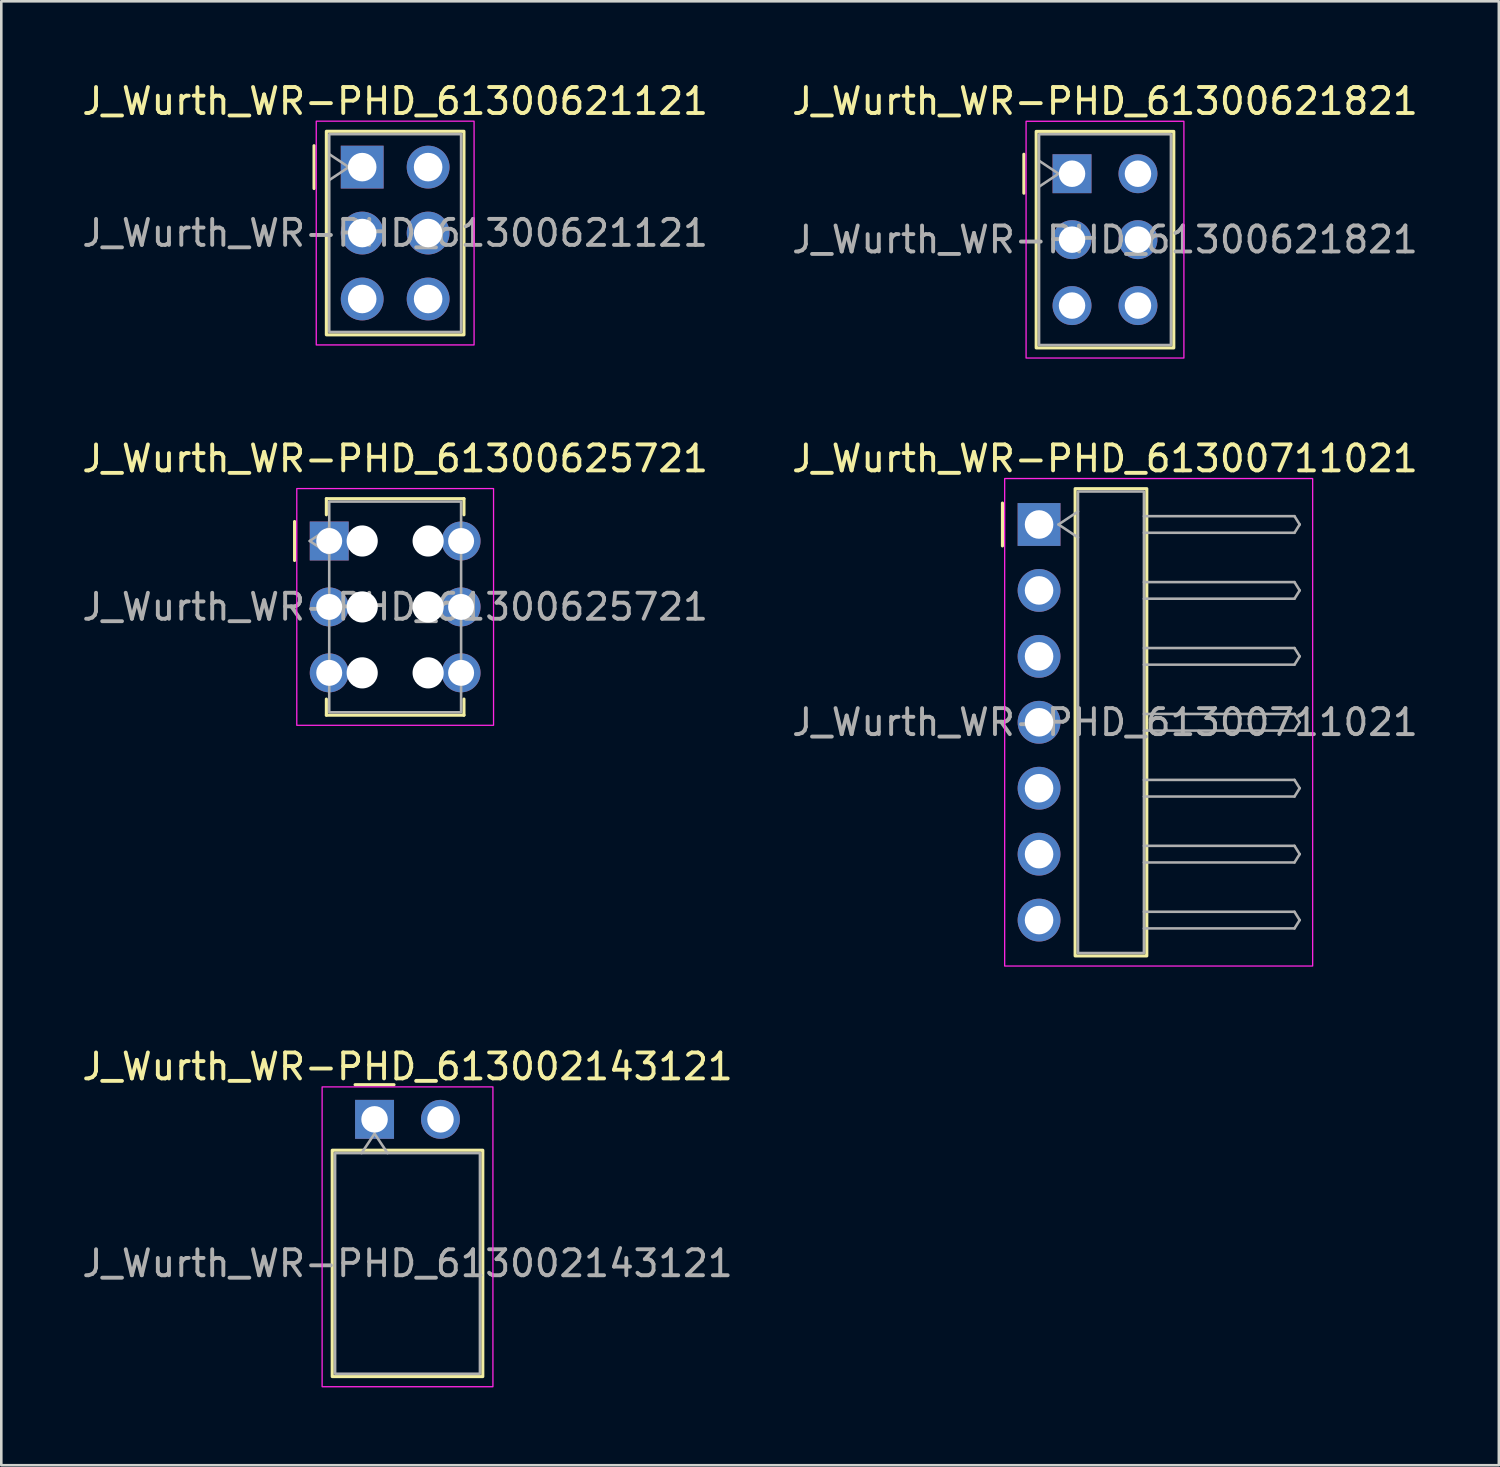
<source format=kicad_pcb>
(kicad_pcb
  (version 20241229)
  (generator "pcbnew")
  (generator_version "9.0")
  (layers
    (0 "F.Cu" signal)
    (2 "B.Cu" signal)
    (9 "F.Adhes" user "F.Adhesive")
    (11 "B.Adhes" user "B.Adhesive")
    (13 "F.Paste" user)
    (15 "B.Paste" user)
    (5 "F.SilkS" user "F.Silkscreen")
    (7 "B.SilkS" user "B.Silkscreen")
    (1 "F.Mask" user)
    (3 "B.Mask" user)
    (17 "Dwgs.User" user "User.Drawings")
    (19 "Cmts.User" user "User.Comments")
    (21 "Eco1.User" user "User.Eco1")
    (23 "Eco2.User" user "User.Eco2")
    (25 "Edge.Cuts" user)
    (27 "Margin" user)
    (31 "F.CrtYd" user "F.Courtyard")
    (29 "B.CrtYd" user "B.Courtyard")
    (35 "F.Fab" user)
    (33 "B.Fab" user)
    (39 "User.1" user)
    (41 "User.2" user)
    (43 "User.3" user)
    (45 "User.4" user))
  (footprint "J_Wurth_WR-PHD_61300621821"
    (layer "F.Cu")
    (at 38.248 3.642)
    (property "Reference" "J_Wurth_WR-PHD_61300621821" (at 1.27 -2.794 0) (unlocked yes) (layer "F.SilkS") (effects (font (size 1 1) (thickness 0.15))))
    (attr through_hole)
    (fp_line (start -1.855 -0.75) (end -1.855 0.75) (stroke (width 0.12) (type solid)) (layer "F.SilkS"))
    (fp_rect (start -1.38 -1.63) (end 3.92 6.71) (stroke (width 0.12) (type solid)) (fill no) (layer "F.SilkS"))
    (fp_rect (start -1.77 -2.02) (end 4.31 7.1) (stroke (width 0.05) (type solid)) (fill no) (layer "F.CrtYd"))
    (fp_line (start -1.27 -0.5) (end -0.52 0) (stroke (width 0.1) (type solid)) (layer "F.Fab"))
    (fp_line (start -0.52 0) (end -1.27 0.5) (stroke (width 0.1) (type solid)) (layer "F.Fab"))
    (fp_rect (start -1.27 -1.52) (end 3.81 6.6) (stroke (width 0.1) (type solid)) (fill no) (layer "F.Fab"))
    (fp_text user "${REFERENCE}" (at 1.27 2.54 0) (unlocked yes) (layer "F.Fab") (effects (font (size 1 1) (thickness 0.15))))
    (pad "1" thru_hole rect (at 0 0) (size 1.5 1.5) (drill 1.02) (layers "*.Cu" "*.Mask"))
    (pad "2" thru_hole circle (at 2.54 0) (size 1.5 1.5) (drill 1.02) (layers "*.Cu" "*.Mask"))
    (pad "3" thru_hole circle (at 0 2.54) (size 1.5 1.5) (drill 1.02) (layers "*.Cu" "*.Mask"))
    (pad "4" thru_hole circle (at 2.54 2.54) (size 1.5 1.5) (drill 1.02) (layers "*.Cu" "*.Mask"))
    (pad "5" thru_hole circle (at 0 5.08) (size 1.5 1.5) (drill 1.02) (layers "*.Cu" "*.Mask"))
    (pad "6" thru_hole circle (at 2.54 5.08) (size 1.5 1.5) (drill 1.02) (layers "*.Cu" "*.Mask")))
  (footprint "J_Wurth_WR-PHD_61300625721"
    (layer "F.Cu")
    (at 9.633 17.791)
    (property "Reference" "J_Wurth_WR-PHD_61300625721" (at 2.54 -3.175 0) (unlocked yes) (layer "F.SilkS") (effects (font (size 1 1) (thickness 0.15))))
    (attr through_hole)
    (fp_line (start -1.335 -0.75) (end -1.335 0.75) (stroke (width 0.12) (type solid)) (layer "F.SilkS"))
    (fp_line (start -0.11 -1.63) (end -0.11 -1.01) (stroke (width 0.12) (type solid)) (layer "F.SilkS"))
    (fp_line (start -0.11 6.71) (end -0.11 6.09) (stroke (width 0.12) (type solid)) (layer "F.SilkS"))
    (fp_line (start 5.19 -1.63) (end -0.11 -1.63) (stroke (width 0.12) (type solid)) (layer "F.SilkS"))
    (fp_line (start 5.19 -1.63) (end 5.19 -1.01) (stroke (width 0.12) (type solid)) (layer "F.SilkS"))
    (fp_line (start 5.19 6.71) (end -0.11 6.71) (stroke (width 0.12) (type solid)) (layer "F.SilkS"))
    (fp_line (start 5.19 6.71) (end 5.19 6.09) (stroke (width 0.12) (type solid)) (layer "F.SilkS"))
    (fp_rect (start -1.25 -2.02) (end 6.33 7.1) (stroke (width 0.05) (type solid)) (fill no) (layer "F.CrtYd"))
    (fp_line (start -0.75 0) (end 0 -0.5) (stroke (width 0.1) (type solid)) (layer "F.Fab"))
    (fp_line (start 0 0.5) (end -0.75 0) (stroke (width 0.1) (type solid)) (layer "F.Fab"))
    (fp_rect (start 0 -1.52) (end 5.08 6.6) (stroke (width 0.1) (type solid)) (fill no) (layer "F.Fab"))
    (fp_text user "${REFERENCE}" (at 2.54 2.54 0) (unlocked yes) (layer "F.Fab") (effects (font (size 1 1) (thickness 0.15))))
    (pad "" np_thru_hole circle (at 1.27 0 270) (size 1.2 1.2) (drill 1.2) (layers "*.Cu" "*.Mask"))
    (pad "" np_thru_hole circle (at 1.27 2.54 270) (size 1.2 1.2) (drill 1.2) (layers "*.Cu" "*.Mask"))
    (pad "" np_thru_hole circle (at 1.27 5.08 270) (size 1.2 1.2) (drill 1.2) (layers "*.Cu" "*.Mask"))
    (pad "" np_thru_hole circle (at 3.81 0 270) (size 1.2 1.2) (drill 1.2) (layers "*.Cu" "*.Mask"))
    (pad "" np_thru_hole circle (at 3.81 2.54 270) (size 1.2 1.2) (drill 1.2) (layers "*.Cu" "*.Mask"))
    (pad "" np_thru_hole circle (at 3.81 5.08 270) (size 1.2 1.2) (drill 1.2) (layers "*.Cu" "*.Mask"))
    (pad "1" thru_hole rect (at 0 0 270) (size 1.5 1.5) (drill 1) (layers "*.Cu" "*.Mask"))
    (pad "2" thru_hole circle (at 5.08 0 270) (size 1.5 1.5) (drill 1) (layers "*.Cu" "*.Mask"))
    (pad "3" thru_hole circle (at 0 2.54 270) (size 1.5 1.5) (drill 1) (layers "*.Cu" "*.Mask"))
    (pad "4" thru_hole circle (at 5.08 2.54 270) (size 1.5 1.5) (drill 1) (layers "*.Cu" "*.Mask"))
    (pad "5" thru_hole circle (at 0 5.08 270) (size 1.5 1.5) (drill 1) (layers "*.Cu" "*.Mask"))
    (pad "6" thru_hole circle (at 5.08 5.08 270) (size 1.5 1.5) (drill 1) (layers "*.Cu" "*.Mask")))
  (footprint "J_Wurth_WR-PHD_613002143121"
    (layer "F.Cu")
    (at 11.379 40.071)
    (property "Reference" "J_Wurth_WR-PHD_613002143121" (at 1.27 -2.032 0) (unlocked yes) (layer "F.SilkS") (effects (font (size 1 1) (thickness 0.15))))
    (attr through_hole)
    (fp_line (start -0.75 -1.335) (end 0.75 -1.335) (stroke (width 0.12) (type solid)) (layer "F.SilkS"))
    (fp_rect (start -1.63 1.19) (end 4.17 9.91) (stroke (width 0.12) (type solid)) (fill no) (layer "F.SilkS"))
    (fp_rect (start -2.02 -1.25) (end 4.56 10.3) (stroke (width 0.05) (type solid)) (fill no) (layer "F.CrtYd"))
    (fp_line (start 0 0.55) (end -0.5 1.3) (stroke (width 0.1) (type solid)) (layer "F.Fab"))
    (fp_line (start 0 0.55) (end 0.5 1.3) (stroke (width 0.1) (type solid)) (layer "F.Fab"))
    (fp_rect (start -1.52 1.3) (end 4.06 9.8) (stroke (width 0.1) (type solid)) (fill no) (layer "F.Fab"))
    (fp_text user "${REFERENCE}" (at 1.27 5.55 0) (unlocked yes) (layer "F.Fab") (effects (font (size 1 1) (thickness 0.15))))
    (pad "1" thru_hole rect (at 0 0) (size 1.5 1.5) (drill 1.02) (layers "*.Cu" "*.Mask"))
    (pad "2" thru_hole circle (at 2.54 0) (size 1.5 1.5) (drill 1.02) (layers "*.Cu" "*.Mask")))
  (footprint "J_Wurth_WR-PHD_61300621121"
    (layer "F.Cu")
    (at 10.903 3.388)
    (property "Reference" "J_Wurth_WR-PHD_61300621121" (at 1.27 -2.54 0) (unlocked yes) (layer "F.SilkS") (effects (font (size 1 1) (thickness 0.15))))
    (attr through_hole)
    (fp_line (start -1.855 -0.825) (end -1.855 0.825) (stroke (width 0.12) (type solid)) (layer "F.SilkS"))
    (fp_rect (start -1.38 -1.38) (end 3.92 6.46) (stroke (width 0.12) (type solid)) (fill no) (layer "F.SilkS"))
    (fp_rect (start -1.77 -1.77) (end 4.31 6.85) (stroke (width 0.05) (type solid)) (fill no) (layer "F.CrtYd"))
    (fp_line (start -1.27 -0.5) (end -0.52 0) (stroke (width 0.1) (type solid)) (layer "F.Fab"))
    (fp_line (start -0.52 0) (end -1.27 0.5) (stroke (width 0.1) (type solid)) (layer "F.Fab"))
    (fp_rect (start -1.27 -1.27) (end 3.81 6.35) (stroke (width 0.1) (type default)) (fill no) (layer "F.Fab"))
    (fp_text user "${REFERENCE}" (at 1.27 2.54 0) (unlocked yes) (layer "F.Fab") (effects (font (size 1 1) (thickness 0.15))))
    (pad "1" thru_hole rect (at 0 0) (size 1.65 1.65) (drill 1.1) (layers "*.Cu" "*.Mask"))
    (pad "2" thru_hole circle (at 2.54 0) (size 1.65 1.65) (drill 1.1) (layers "*.Cu" "*.Mask"))
    (pad "3" thru_hole circle (at 0 2.54) (size 1.65 1.65) (drill 1.1) (layers "*.Cu" "*.Mask"))
    (pad "4" thru_hole circle (at 2.54 2.54) (size 1.65 1.65) (drill 1.1) (layers "*.Cu" "*.Mask"))
    (pad "5" thru_hole circle (at 0 5.08) (size 1.65 1.65) (drill 1.1) (layers "*.Cu" "*.Mask"))
    (pad "6" thru_hole circle (at 2.54 5.08) (size 1.65 1.65) (drill 1.1) (layers "*.Cu" "*.Mask")))
  (footprint "J_Wurth_WR-PHD_61300711021"
    (layer "F.Cu")
    (at 36.978 17.155)
    (property "Reference" "J_Wurth_WR-PHD_61300711021" (at 2.54 -2.54 0) (unlocked yes) (layer "F.SilkS") (effects (font (size 1 1) (thickness 0.15))))
    (attr through_hole)
    (fp_line (start -1.41 -0.825) (end -1.41 0.825) (stroke (width 0.12) (type solid)) (layer "F.SilkS"))
    (fp_rect (start 1.39 -1.38) (end 4.15 16.62) (stroke (width 0.12) (type solid)) (fill no) (layer "F.SilkS"))
    (fp_rect (start -1.325 -1.77) (end 10.54 17.01) (stroke (width 0.05) (type solid)) (fill no) (layer "F.CrtYd"))
    (fp_line (start 0.75 0) (end 1.5 -0.5) (stroke (width 0.1) (type solid)) (layer "F.Fab"))
    (fp_line (start 0.75 0) (end 1.5 0.5) (stroke (width 0.1) (type solid)) (layer "F.Fab"))
    (fp_line (start 4.04 0.32) (end 9.84 0.32) (stroke (width 0.1) (type solid)) (layer "F.Fab"))
    (fp_line (start 4.04 2.86) (end 9.84 2.86) (stroke (width 0.1) (type solid)) (layer "F.Fab"))
    (fp_line (start 4.04 5.4) (end 9.84 5.4) (stroke (width 0.1) (type solid)) (layer "F.Fab"))
    (fp_line (start 4.04 7.94) (end 9.84 7.94) (stroke (width 0.1) (type solid)) (layer "F.Fab"))
    (fp_line (start 4.04 10.48) (end 9.84 10.48) (stroke (width 0.1) (type solid)) (layer "F.Fab"))
    (fp_line (start 4.04 13.02) (end 9.84 13.02) (stroke (width 0.1) (type solid)) (layer "F.Fab"))
    (fp_line (start 4.04 15.56) (end 9.84 15.56) (stroke (width 0.1) (type solid)) (layer "F.Fab"))
    (fp_line (start 9.84 -0.32) (end 4.04 -0.32) (stroke (width 0.1) (type solid)) (layer "F.Fab"))
    (fp_line (start 9.84 0.32) (end 10.04 0) (stroke (width 0.1) (type default)) (layer "F.Fab"))
    (fp_line (start 9.84 2.22) (end 4.04 2.22) (stroke (width 0.1) (type solid)) (layer "F.Fab"))
    (fp_line (start 9.84 2.86) (end 10.04 2.54) (stroke (width 0.1) (type default)) (layer "F.Fab"))
    (fp_line (start 9.84 4.76) (end 4.04 4.76) (stroke (width 0.1) (type solid)) (layer "F.Fab"))
    (fp_line (start 9.84 5.4) (end 10.04 5.08) (stroke (width 0.1) (type default)) (layer "F.Fab"))
    (fp_line (start 9.84 7.3) (end 4.04 7.3) (stroke (width 0.1) (type solid)) (layer "F.Fab"))
    (fp_line (start 9.84 7.94) (end 10.04 7.62) (stroke (width 0.1) (type default)) (layer "F.Fab"))
    (fp_line (start 9.84 9.84) (end 4.04 9.84) (stroke (width 0.1) (type solid)) (layer "F.Fab"))
    (fp_line (start 9.84 10.48) (end 10.04 10.16) (stroke (width 0.1) (type solid)) (layer "F.Fab"))
    (fp_line (start 9.84 12.38) (end 4.04 12.38) (stroke (width 0.1) (type solid)) (layer "F.Fab"))
    (fp_line (start 9.84 13.02) (end 10.04 12.7) (stroke (width 0.1) (type solid)) (layer "F.Fab"))
    (fp_line (start 9.84 14.92) (end 4.04 14.92) (stroke (width 0.1) (type solid)) (layer "F.Fab"))
    (fp_line (start 9.84 15.56) (end 10.04 15.24) (stroke (width 0.1) (type solid)) (layer "F.Fab"))
    (fp_line (start 10.04 0) (end 9.84 -0.32) (stroke (width 0.1) (type solid)) (layer "F.Fab"))
    (fp_line (start 10.04 2.54) (end 9.84 2.22) (stroke (width 0.1) (type solid)) (layer "F.Fab"))
    (fp_line (start 10.04 5.08) (end 9.84 4.76) (stroke (width 0.1) (type solid)) (layer "F.Fab"))
    (fp_line (start 10.04 7.62) (end 9.84 7.3) (stroke (width 0.1) (type solid)) (layer "F.Fab"))
    (fp_line (start 10.04 10.16) (end 9.84 9.84) (stroke (width 0.1) (type solid)) (layer "F.Fab"))
    (fp_line (start 10.04 12.7) (end 9.84 12.38) (stroke (width 0.1) (type solid)) (layer "F.Fab"))
    (fp_line (start 10.04 15.24) (end 9.84 14.92) (stroke (width 0.1) (type solid)) (layer "F.Fab"))
    (fp_rect (start 1.5 -1.27) (end 4.04 16.51) (stroke (width 0.1) (type solid)) (fill no) (layer "F.Fab"))
    (fp_text user "${REFERENCE}" (at 2.54 7.62 0) (unlocked yes) (layer "F.Fab") (effects (font (size 1 1) (thickness 0.15))))
    (pad "1" thru_hole rect (at 0 0 90) (size 1.65 1.65) (drill 1.1) (layers "*.Cu" "*.Mask"))
    (pad "2" thru_hole circle (at 0 2.54 90) (size 1.65 1.65) (drill 1.1) (layers "*.Cu" "*.Mask"))
    (pad "3" thru_hole circle (at 0 5.08 90) (size 1.65 1.65) (drill 1.1) (layers "*.Cu" "*.Mask"))
    (pad "4" thru_hole circle (at 0 7.62 90) (size 1.65 1.65) (drill 1.1) (layers "*.Cu" "*.Mask"))
    (pad "5" thru_hole circle (at 0 10.16 90) (size 1.65 1.65) (drill 1.1) (layers "*.Cu" "*.Mask"))
    (pad "6" thru_hole circle (at 0 12.7 90) (size 1.65 1.65) (drill 1.1) (layers "*.Cu" "*.Mask"))
    (pad "7" thru_hole circle (at 0 15.24 90) (size 1.65 1.65) (drill 1.1) (layers "*.Cu" "*.Mask")))
  (gr_rect
    (start -3 -3)
    (end 54.69 53.396)
    (stroke (width 0.1) (type default))
    (fill no)
    (layer "Edge.Cuts")))
</source>
